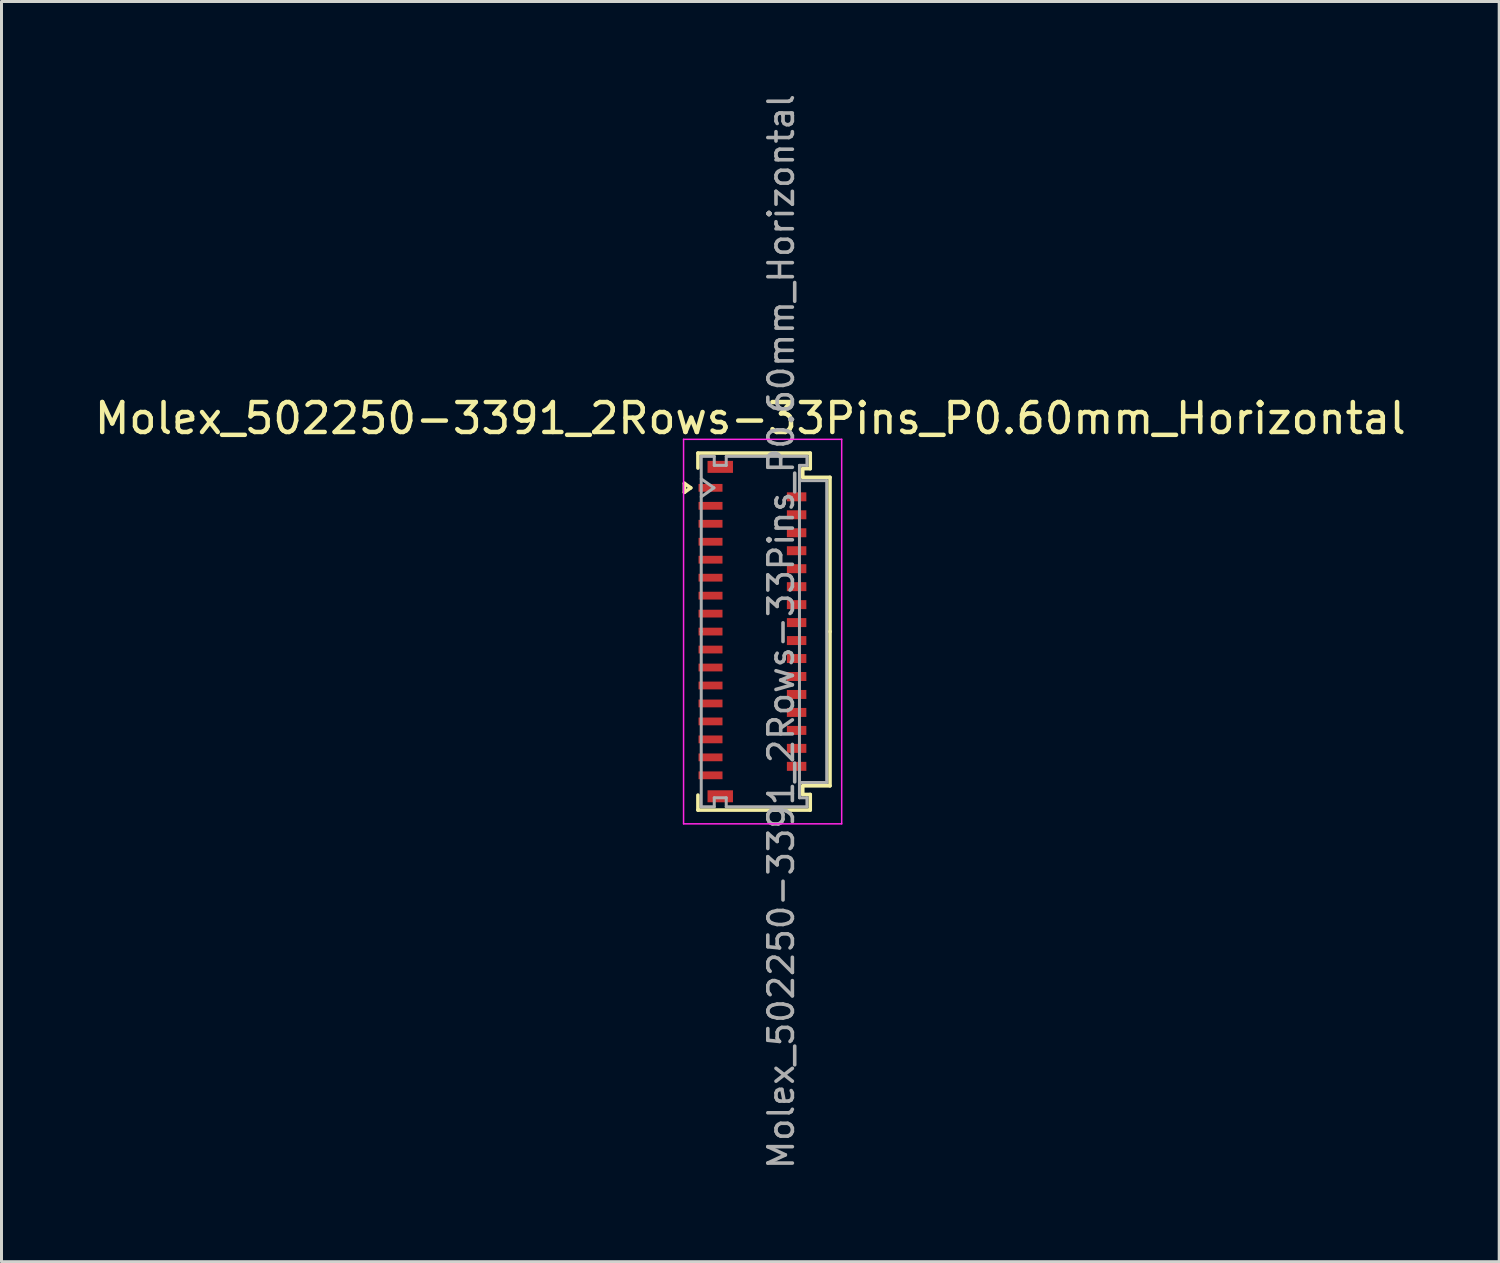
<source format=kicad_pcb>
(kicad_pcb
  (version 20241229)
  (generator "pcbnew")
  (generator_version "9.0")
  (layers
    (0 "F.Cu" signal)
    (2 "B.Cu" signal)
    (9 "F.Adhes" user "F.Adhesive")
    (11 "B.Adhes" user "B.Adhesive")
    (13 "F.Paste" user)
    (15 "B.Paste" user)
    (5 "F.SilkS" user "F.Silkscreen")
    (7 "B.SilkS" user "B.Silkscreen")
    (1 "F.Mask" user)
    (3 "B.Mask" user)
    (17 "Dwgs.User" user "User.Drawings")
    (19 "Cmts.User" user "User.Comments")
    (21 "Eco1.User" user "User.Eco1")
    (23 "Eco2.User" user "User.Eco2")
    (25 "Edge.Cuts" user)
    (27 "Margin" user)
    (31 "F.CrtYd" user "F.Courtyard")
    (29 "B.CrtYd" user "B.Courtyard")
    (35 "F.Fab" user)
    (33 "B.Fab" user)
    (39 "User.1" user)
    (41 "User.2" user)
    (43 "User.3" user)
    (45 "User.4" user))
  (footprint "Molex_502250-3391_2Rows-33Pins_P0.60mm_Horizontal"
    (layer "F.Cu")
    (at 22.076 18.04)
    (property "Reference" "Molex_502250-3391_2Rows-33Pins_P0.60mm_Horizontal" (at -0.07 -7.12 0) (layer "F.SilkS") (effects (font (size 1 1) (thickness 0.15))))
    (attr smd)
    (fp_line (start -2.272 -4.95) (end -2.06 -4.8) (stroke (width 0.12) (type solid)) (layer "F.SilkS"))
    (fp_line (start -2.272 -4.65) (end -2.272 -4.95) (stroke (width 0.12) (type solid)) (layer "F.SilkS"))
    (fp_line (start -2.06 -4.8) (end -2.272 -4.65) (stroke (width 0.12) (type solid)) (layer "F.SilkS"))
    (fp_line (start -1.82 -5.96) (end 1.93 -5.96) (stroke (width 0.12) (type solid)) (layer "F.SilkS"))
    (fp_line (start -1.82 -5.46) (end -1.82 -5.96) (stroke (width 0.12) (type solid)) (layer "F.SilkS"))
    (fp_line (start -1.82 5.46) (end -1.82 5.96) (stroke (width 0.12) (type solid)) (layer "F.SilkS"))
    (fp_line (start -1.82 5.96) (end 1.93 5.96) (stroke (width 0.12) (type solid)) (layer "F.SilkS"))
    (fp_line (start 1.68 -5.44) (end 1.68 -5.15) (stroke (width 0.12) (type solid)) (layer "F.SilkS"))
    (fp_line (start 1.68 -5.15) (end 2.59 -5.15) (stroke (width 0.12) (type solid)) (layer "F.SilkS"))
    (fp_line (start 1.68 5.15) (end 2.59 5.15) (stroke (width 0.12) (type solid)) (layer "F.SilkS"))
    (fp_line (start 1.68 5.44) (end 1.68 5.15) (stroke (width 0.12) (type solid)) (layer "F.SilkS"))
    (fp_line (start 1.93 -5.96) (end 1.93 -5.44) (stroke (width 0.12) (type solid)) (layer "F.SilkS"))
    (fp_line (start 1.93 -5.44) (end 1.68 -5.44) (stroke (width 0.12) (type solid)) (layer "F.SilkS"))
    (fp_line (start 1.93 5.44) (end 1.68 5.44) (stroke (width 0.12) (type solid)) (layer "F.SilkS"))
    (fp_line (start 1.93 5.96) (end 1.93 5.44) (stroke (width 0.12) (type solid)) (layer "F.SilkS"))
    (fp_line (start 2.59 -5.15) (end 2.59 0) (stroke (width 0.12) (type solid)) (layer "F.SilkS"))
    (fp_line (start 2.59 5.15) (end 2.59 0) (stroke (width 0.12) (type solid)) (layer "F.SilkS"))
    (fp_line (start -2.3 -6.42) (end -2.3 6.42) (stroke (width 0.05) (type solid)) (layer "F.CrtYd"))
    (fp_line (start -2.3 6.42) (end 2.98 6.42) (stroke (width 0.05) (type solid)) (layer "F.CrtYd"))
    (fp_line (start 2.98 -6.42) (end -2.3 -6.42) (stroke (width 0.05) (type solid)) (layer "F.CrtYd"))
    (fp_line (start 2.98 6.42) (end 2.98 -6.42) (stroke (width 0.05) (type solid)) (layer "F.CrtYd"))
    (fp_line (start -1.71 -5.85) (end -1.275 -5.85) (stroke (width 0.1) (type solid)) (layer "F.Fab"))
    (fp_line (start -1.71 -5.1) (end -1.286 -4.8) (stroke (width 0.1) (type solid)) (layer "F.Fab"))
    (fp_line (start -1.71 0) (end -1.71 -5.85) (stroke (width 0.1) (type solid)) (layer "F.Fab"))
    (fp_line (start -1.71 0) (end -1.71 5.85) (stroke (width 0.1) (type solid)) (layer "F.Fab"))
    (fp_line (start -1.71 5.85) (end -1.275 5.85) (stroke (width 0.1) (type solid)) (layer "F.Fab"))
    (fp_line (start -1.286 -4.8) (end -1.71 -4.5) (stroke (width 0.1) (type solid)) (layer "F.Fab"))
    (fp_line (start -1.275 -5.85) (end -1.275 -5.55) (stroke (width 0.1) (type solid)) (layer "F.Fab"))
    (fp_line (start -1.275 -5.55) (end -0.875 -5.55) (stroke (width 0.1) (type solid)) (layer "F.Fab"))
    (fp_line (start -1.275 5.55) (end -0.875 5.55) (stroke (width 0.1) (type solid)) (layer "F.Fab"))
    (fp_line (start -1.275 5.85) (end -1.275 5.55) (stroke (width 0.1) (type solid)) (layer "F.Fab"))
    (fp_line (start -0.875 -5.85) (end 1.82 -5.85) (stroke (width 0.1) (type solid)) (layer "F.Fab"))
    (fp_line (start -0.875 -5.55) (end -0.875 -5.85) (stroke (width 0.1) (type solid)) (layer "F.Fab"))
    (fp_line (start -0.875 5.55) (end -0.875 5.85) (stroke (width 0.1) (type solid)) (layer "F.Fab"))
    (fp_line (start -0.875 5.85) (end 1.82 5.85) (stroke (width 0.1) (type solid)) (layer "F.Fab"))
    (fp_line (start 1.57 -5.55) (end 1.57 0) (stroke (width 0.1) (type solid)) (layer "F.Fab"))
    (fp_line (start 1.57 -5.04) (end 2.48 -5.04) (stroke (width 0.1) (type solid)) (layer "F.Fab"))
    (fp_line (start 1.57 5.55) (end 1.57 0) (stroke (width 0.1) (type solid)) (layer "F.Fab"))
    (fp_line (start 1.82 -5.85) (end 1.82 -5.55) (stroke (width 0.1) (type solid)) (layer "F.Fab"))
    (fp_line (start 1.82 -5.55) (end 1.57 -5.55) (stroke (width 0.1) (type solid)) (layer "F.Fab"))
    (fp_line (start 1.82 5.55) (end 1.57 5.55) (stroke (width 0.1) (type solid)) (layer "F.Fab"))
    (fp_line (start 1.82 5.85) (end 1.82 5.55) (stroke (width 0.1) (type solid)) (layer "F.Fab"))
    (fp_line (start 2.48 -5.04) (end 2.48 5.04) (stroke (width 0.1) (type solid)) (layer "F.Fab"))
    (fp_line (start 2.48 5.04) (end 1.57 5.04) (stroke (width 0.1) (type solid)) (layer "F.Fab"))
    (fp_text user "${REFERENCE}" (at 0.96 0 90) (layer "F.Fab") (effects (font (size 0.82 0.82) (thickness 0.12))))
    (pad "" smd rect (at -1.075 -5.5) (size 0.85 0.4) (layers "F.Cu" "F.Mask" "F.Paste"))
    (pad "" smd rect (at -1.075 5.5) (size 0.85 0.4) (layers "F.Cu" "F.Mask" "F.Paste"))
    (pad "1" smd rect (at -1.4 -4.8) (size 0.8 0.26) (layers "F.Cu" "F.Mask" "F.Paste"))
    (pad "2" smd rect (at 1.475 -4.5) (size 0.65 0.3) (layers "F.Cu" "F.Mask" "F.Paste"))
    (pad "3" smd rect (at -1.4 -4.2) (size 0.8 0.26) (layers "F.Cu" "F.Mask" "F.Paste"))
    (pad "4" smd rect (at 1.475 -3.9) (size 0.65 0.3) (layers "F.Cu" "F.Mask" "F.Paste"))
    (pad "5" smd rect (at -1.4 -3.6) (size 0.8 0.26) (layers "F.Cu" "F.Mask" "F.Paste"))
    (pad "6" smd rect (at 1.475 -3.3) (size 0.65 0.3) (layers "F.Cu" "F.Mask" "F.Paste"))
    (pad "7" smd rect (at -1.4 -3) (size 0.8 0.26) (layers "F.Cu" "F.Mask" "F.Paste"))
    (pad "8" smd rect (at 1.475 -2.7) (size 0.65 0.3) (layers "F.Cu" "F.Mask" "F.Paste"))
    (pad "9" smd rect (at -1.4 -2.4) (size 0.8 0.26) (layers "F.Cu" "F.Mask" "F.Paste"))
    (pad "10" smd rect (at 1.475 -2.1) (size 0.65 0.3) (layers "F.Cu" "F.Mask" "F.Paste"))
    (pad "11" smd rect (at -1.4 -1.8) (size 0.8 0.26) (layers "F.Cu" "F.Mask" "F.Paste"))
    (pad "12" smd rect (at 1.475 -1.5) (size 0.65 0.3) (layers "F.Cu" "F.Mask" "F.Paste"))
    (pad "13" smd rect (at -1.4 -1.2) (size 0.8 0.26) (layers "F.Cu" "F.Mask" "F.Paste"))
    (pad "14" smd rect (at 1.475 -0.9) (size 0.65 0.3) (layers "F.Cu" "F.Mask" "F.Paste"))
    (pad "15" smd rect (at -1.4 -0.6) (size 0.8 0.26) (layers "F.Cu" "F.Mask" "F.Paste"))
    (pad "16" smd rect (at 1.475 -0.3) (size 0.65 0.3) (layers "F.Cu" "F.Mask" "F.Paste"))
    (pad "17" smd rect (at -1.4 0) (size 0.8 0.26) (layers "F.Cu" "F.Mask" "F.Paste"))
    (pad "18" smd rect (at 1.475 0.3) (size 0.65 0.3) (layers "F.Cu" "F.Mask" "F.Paste"))
    (pad "19" smd rect (at -1.4 0.6) (size 0.8 0.26) (layers "F.Cu" "F.Mask" "F.Paste"))
    (pad "20" smd rect (at 1.475 0.9) (size 0.65 0.3) (layers "F.Cu" "F.Mask" "F.Paste"))
    (pad "21" smd rect (at -1.4 1.2) (size 0.8 0.26) (layers "F.Cu" "F.Mask" "F.Paste"))
    (pad "22" smd rect (at 1.475 1.5) (size 0.65 0.3) (layers "F.Cu" "F.Mask" "F.Paste"))
    (pad "23" smd rect (at -1.4 1.8) (size 0.8 0.26) (layers "F.Cu" "F.Mask" "F.Paste"))
    (pad "24" smd rect (at 1.475 2.1) (size 0.65 0.3) (layers "F.Cu" "F.Mask" "F.Paste"))
    (pad "25" smd rect (at -1.4 2.4) (size 0.8 0.26) (layers "F.Cu" "F.Mask" "F.Paste"))
    (pad "26" smd rect (at 1.475 2.7) (size 0.65 0.3) (layers "F.Cu" "F.Mask" "F.Paste"))
    (pad "27" smd rect (at -1.4 3) (size 0.8 0.26) (layers "F.Cu" "F.Mask" "F.Paste"))
    (pad "28" smd rect (at 1.475 3.3) (size 0.65 0.3) (layers "F.Cu" "F.Mask" "F.Paste"))
    (pad "29" smd rect (at -1.4 3.6) (size 0.8 0.26) (layers "F.Cu" "F.Mask" "F.Paste"))
    (pad "30" smd rect (at 1.475 3.9) (size 0.65 0.3) (layers "F.Cu" "F.Mask" "F.Paste"))
    (pad "31" smd rect (at -1.4 4.2) (size 0.8 0.26) (layers "F.Cu" "F.Mask" "F.Paste"))
    (pad "32" smd rect (at 1.475 4.5) (size 0.65 0.3) (layers "F.Cu" "F.Mask" "F.Paste"))
    (pad "33" smd rect (at -1.4 4.8) (size 0.8 0.26) (layers "F.Cu" "F.Mask" "F.Paste")))
  (gr_rect
    (start -3 -3)
    (end 47.012 39.081)
    (stroke (width 0.1) (type default))
    (fill no)
    (layer "Edge.Cuts")))
</source>
